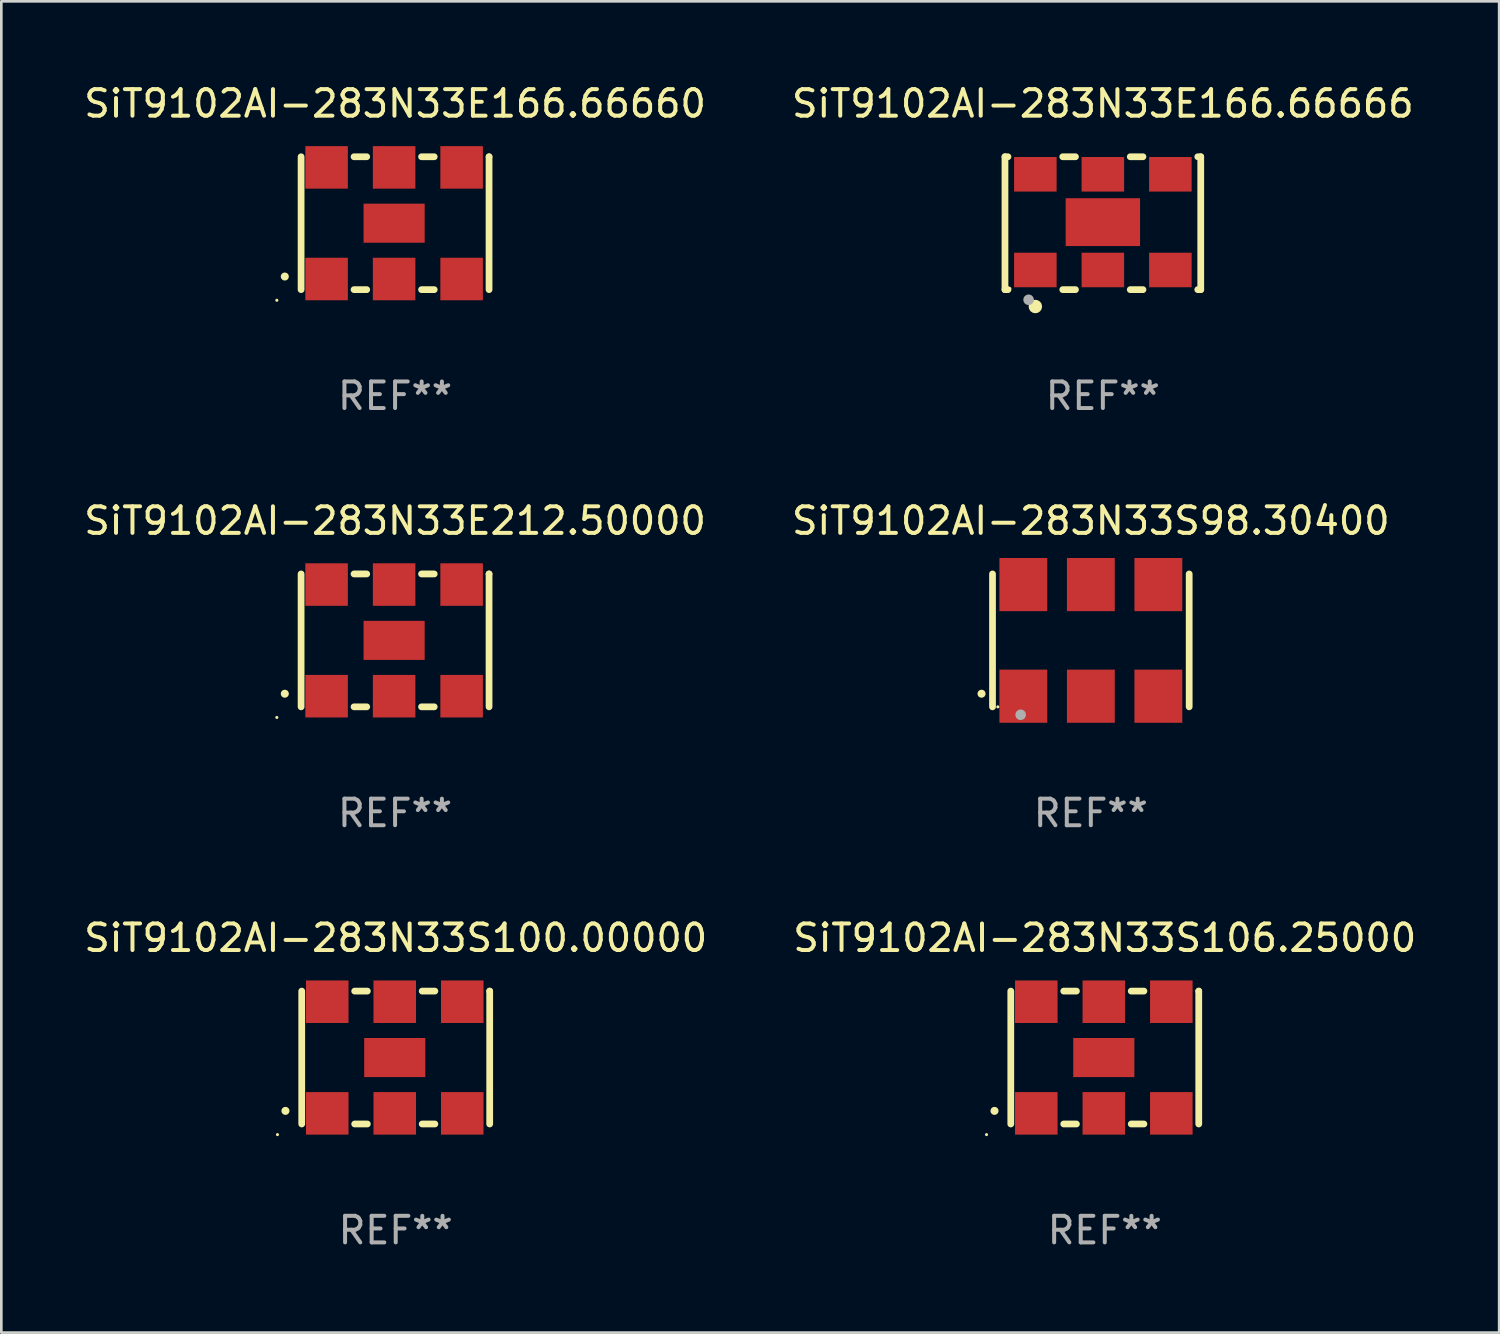
<source format=kicad_pcb>
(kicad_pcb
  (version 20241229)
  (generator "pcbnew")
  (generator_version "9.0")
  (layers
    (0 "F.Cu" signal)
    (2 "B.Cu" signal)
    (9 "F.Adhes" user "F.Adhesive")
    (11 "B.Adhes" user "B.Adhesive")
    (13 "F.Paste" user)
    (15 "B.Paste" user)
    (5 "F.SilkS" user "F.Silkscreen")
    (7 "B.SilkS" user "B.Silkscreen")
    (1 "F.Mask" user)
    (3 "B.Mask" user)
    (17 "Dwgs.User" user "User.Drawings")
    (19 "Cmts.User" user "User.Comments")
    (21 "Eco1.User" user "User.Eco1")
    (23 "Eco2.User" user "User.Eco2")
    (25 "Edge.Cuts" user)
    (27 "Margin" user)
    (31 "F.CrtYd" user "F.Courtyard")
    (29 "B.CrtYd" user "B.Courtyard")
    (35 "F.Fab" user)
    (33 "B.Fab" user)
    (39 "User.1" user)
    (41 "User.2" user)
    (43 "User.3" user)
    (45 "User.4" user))
  (footprint "SiT9102AI-283N33S98.30400"
    (layer "F.Cu")
    (at 37.994 21.045)
    (property "Reference" "SiT9102AI-283N33S98.30400" (at 0 -4.5 0) (layer "F.SilkS") (effects (font (size 1 1) (thickness 0.15))))
    (attr through_hole)
    (fp_line (start -3.7 -2.5) (end -3.7 2.5) (stroke (width 0.254) (type solid)) (layer "F.SilkS"))
    (fp_line (start 3.7 -2.5) (end 3.7 2.5) (stroke (width 0.254) (type solid)) (layer "F.SilkS"))
    (fp_arc (start -4.114415 2.006604) (mid -4.113145 2.006599) (end -4.111875 2.006604) (stroke (width 0.3) (type solid)) (layer "F.SilkS"))
    (fp_circle (center -3.5 2.501) (end -3.47 2.501) (stroke (width 0.06) (type solid)) (fill no) (layer "F.SilkS"))
    (fp_circle (center -2.641 2.799) (end -2.541 2.799) (stroke (width 0.2) (type solid)) (fill no) (layer "F.Fab"))
    (fp_text user "REF**" (at 0 6.5 0) (layer "F.Fab") (effects (font (size 1 1) (thickness 0.15))))
    (pad "1" smd rect (at -2.54 2.1) (size 1.8 2) (layers "F.Cu" "F.Mask" "F.Paste"))
    (pad "2" smd rect (at 0.000394 2.1) (size 1.8 2) (layers "F.Cu" "F.Mask" "F.Paste"))
    (pad "3" smd rect (at 2.54 2.1) (size 1.8 2) (layers "F.Cu" "F.Mask" "F.Paste"))
    (pad "4" smd rect (at 2.54 -2.1) (size 1.8 2) (layers "F.Cu" "F.Mask" "F.Paste"))
    (pad "5" smd rect (at 0.000394 -2.1) (size 1.8 2) (layers "F.Cu" "F.Mask" "F.Paste"))
    (pad "6" smd rect (at -2.54 -2.1) (size 1.8 2) (layers "F.Cu" "F.Mask" "F.Paste")))
  (footprint "SiT9102AI-283N33E166.66660"
    (layer "F.Cu")
    (at 11.815 5.348)
    (property "Reference" "SiT9102AI-283N33E166.66660" (at 0 -4.5 0) (layer "F.SilkS") (effects (font (size 1 1) (thickness 0.15))))
    (attr through_hole)
    (fp_line (start -3.536 -2.5) (end -3.536 2.5) (stroke (width 0.254) (type solid)) (layer "F.SilkS"))
    (fp_line (start -1.544 2.5) (end -1.067 2.5) (stroke (width 0.254) (type solid)) (layer "F.SilkS"))
    (fp_line (start -1.067 -2.5) (end -1.544 -2.5) (stroke (width 0.254) (type solid)) (layer "F.SilkS"))
    (fp_line (start 0.996 2.5) (end 1.473 2.5) (stroke (width 0.254) (type solid)) (layer "F.SilkS"))
    (fp_line (start 1.473 -2.5) (end 0.996 -2.5) (stroke (width 0.254) (type solid)) (layer "F.SilkS"))
    (fp_line (start 3.536 -2.5) (end 3.536 -2.5) (stroke (width 0.254) (type solid)) (layer "F.SilkS"))
    (fp_line (start 3.536 2.5) (end 3.536 -2.5) (stroke (width 0.254) (type solid)) (layer "F.SilkS"))
    (fp_arc (start -4.150432 2.006604) (mid -4.149162 2.006599) (end -4.147892 2.006604) (stroke (width 0.3) (type solid)) (layer "F.SilkS"))
    (fp_circle (center -4.449 2.9) (end -4.419 2.9) (stroke (width 0.06) (type solid)) (fill no) (layer "F.SilkS"))
    (fp_text user "REF**" (at 0 6.5 0) (layer "F.Fab") (effects (font (size 1 1) (thickness 0.15))))
    (pad "1" smd rect (at -2.576 2.1) (size 1.6 1.6) (layers "F.Cu" "F.Mask" "F.Paste"))
    (pad "2" smd rect (at -0.036 2.1) (size 1.6 1.6) (layers "F.Cu" "F.Mask" "F.Paste"))
    (pad "3" smd rect (at 2.504 2.1) (size 1.6 1.6) (layers "F.Cu" "F.Mask" "F.Paste"))
    (pad "4" smd rect (at 2.504 -2.1) (size 1.6 1.6) (layers "F.Cu" "F.Mask" "F.Paste"))
    (pad "5" smd rect (at -0.036 -2.1) (size 1.6 1.6) (layers "F.Cu" "F.Mask" "F.Paste"))
    (pad "6" smd rect (at -2.576 -2.1) (size 1.6 1.6) (layers "F.Cu" "F.Mask" "F.Paste"))
    (pad "7" smd rect (at -0.036 0) (size 2.3 1.47) (layers "F.Cu" "F.Mask" "F.Paste")))
  (footprint "SiT9102AI-283N33S106.25000"
    (layer "F.Cu")
    (at 38.518 36.741)
    (property "Reference" "SiT9102AI-283N33S106.25000" (at 0 -4.5 0) (layer "F.SilkS") (effects (font (size 1 1) (thickness 0.15))))
    (attr through_hole)
    (fp_line (start -3.536 -2.5) (end -3.536 2.5) (stroke (width 0.254) (type solid)) (layer "F.SilkS"))
    (fp_line (start -1.544 2.5) (end -1.067 2.5) (stroke (width 0.254) (type solid)) (layer "F.SilkS"))
    (fp_line (start -1.067 -2.5) (end -1.544 -2.5) (stroke (width 0.254) (type solid)) (layer "F.SilkS"))
    (fp_line (start 0.996 2.5) (end 1.473 2.5) (stroke (width 0.254) (type solid)) (layer "F.SilkS"))
    (fp_line (start 1.473 -2.5) (end 0.996 -2.5) (stroke (width 0.254) (type solid)) (layer "F.SilkS"))
    (fp_line (start 3.536 -2.5) (end 3.536 -2.5) (stroke (width 0.254) (type solid)) (layer "F.SilkS"))
    (fp_line (start 3.536 2.5) (end 3.536 -2.5) (stroke (width 0.254) (type solid)) (layer "F.SilkS"))
    (fp_arc (start -4.150432 2.006604) (mid -4.149162 2.006599) (end -4.147892 2.006604) (stroke (width 0.3) (type solid)) (layer "F.SilkS"))
    (fp_circle (center -4.449 2.9) (end -4.419 2.9) (stroke (width 0.06) (type solid)) (fill no) (layer "F.SilkS"))
    (fp_text user "REF**" (at 0 6.5 0) (layer "F.Fab") (effects (font (size 1 1) (thickness 0.15))))
    (pad "1" smd rect (at -2.576 2.1) (size 1.6 1.6) (layers "F.Cu" "F.Mask" "F.Paste"))
    (pad "2" smd rect (at -0.036 2.1) (size 1.6 1.6) (layers "F.Cu" "F.Mask" "F.Paste"))
    (pad "3" smd rect (at 2.504 2.1) (size 1.6 1.6) (layers "F.Cu" "F.Mask" "F.Paste"))
    (pad "4" smd rect (at 2.504 -2.1) (size 1.6 1.6) (layers "F.Cu" "F.Mask" "F.Paste"))
    (pad "5" smd rect (at -0.036 -2.1) (size 1.6 1.6) (layers "F.Cu" "F.Mask" "F.Paste"))
    (pad "6" smd rect (at -2.576 -2.1) (size 1.6 1.6) (layers "F.Cu" "F.Mask" "F.Paste"))
    (pad "7" smd rect (at -0.036 0) (size 2.3 1.47) (layers "F.Cu" "F.Mask" "F.Paste")))
  (footprint "SiT9102AI-283N33S100.00000"
    (layer "F.Cu")
    (at 11.839 36.741)
    (property "Reference" "SiT9102AI-283N33S100.00000" (at 0 -4.5 0) (layer "F.SilkS") (effects (font (size 1 1) (thickness 0.15))))
    (attr through_hole)
    (fp_line (start -3.536 -2.5) (end -3.536 2.5) (stroke (width 0.254) (type solid)) (layer "F.SilkS"))
    (fp_line (start -1.544 2.5) (end -1.067 2.5) (stroke (width 0.254) (type solid)) (layer "F.SilkS"))
    (fp_line (start -1.067 -2.5) (end -1.544 -2.5) (stroke (width 0.254) (type solid)) (layer "F.SilkS"))
    (fp_line (start 0.996 2.5) (end 1.473 2.5) (stroke (width 0.254) (type solid)) (layer "F.SilkS"))
    (fp_line (start 1.473 -2.5) (end 0.996 -2.5) (stroke (width 0.254) (type solid)) (layer "F.SilkS"))
    (fp_line (start 3.536 -2.5) (end 3.536 -2.5) (stroke (width 0.254) (type solid)) (layer "F.SilkS"))
    (fp_line (start 3.536 2.5) (end 3.536 -2.5) (stroke (width 0.254) (type solid)) (layer "F.SilkS"))
    (fp_arc (start -4.150432 2.006604) (mid -4.149162 2.006599) (end -4.147892 2.006604) (stroke (width 0.3) (type solid)) (layer "F.SilkS"))
    (fp_circle (center -4.449 2.9) (end -4.419 2.9) (stroke (width 0.06) (type solid)) (fill no) (layer "F.SilkS"))
    (fp_text user "REF**" (at 0 6.5 0) (layer "F.Fab") (effects (font (size 1 1) (thickness 0.15))))
    (pad "1" smd rect (at -2.576 2.1) (size 1.6 1.6) (layers "F.Cu" "F.Mask" "F.Paste"))
    (pad "2" smd rect (at -0.036 2.1) (size 1.6 1.6) (layers "F.Cu" "F.Mask" "F.Paste"))
    (pad "3" smd rect (at 2.504 2.1) (size 1.6 1.6) (layers "F.Cu" "F.Mask" "F.Paste"))
    (pad "4" smd rect (at 2.504 -2.1) (size 1.6 1.6) (layers "F.Cu" "F.Mask" "F.Paste"))
    (pad "5" smd rect (at -0.036 -2.1) (size 1.6 1.6) (layers "F.Cu" "F.Mask" "F.Paste"))
    (pad "6" smd rect (at -2.576 -2.1) (size 1.6 1.6) (layers "F.Cu" "F.Mask" "F.Paste"))
    (pad "7" smd rect (at -0.036 0) (size 2.3 1.47) (layers "F.Cu" "F.Mask" "F.Paste")))
  (footprint "SiT9102AI-283N33E166.66666"
    (layer "F.Cu")
    (at 38.446 5.348)
    (property "Reference" "SiT9102AI-283N33E166.66666" (at 0 -4.5 0) (layer "F.SilkS") (effects (font (size 1 1) (thickness 0.15))))
    (attr through_hole)
    (fp_line (start -3.683 -2.5) (end -3.571 -2.5) (stroke (width 0.254) (type solid)) (layer "F.SilkS"))
    (fp_line (start -3.683 2.5) (end -3.683 -2.5) (stroke (width 0.254) (type solid)) (layer "F.SilkS"))
    (fp_line (start -3.683 2.5) (end -3.571 2.5) (stroke (width 0.254) (type solid)) (layer "F.SilkS"))
    (fp_line (start -1.509 -2.5) (end -1.031 -2.5) (stroke (width 0.254) (type solid)) (layer "F.SilkS"))
    (fp_line (start -1.509 2.5) (end -1.031 2.5) (stroke (width 0.254) (type solid)) (layer "F.SilkS"))
    (fp_line (start 1.031 -2.5) (end 1.509 -2.5) (stroke (width 0.254) (type solid)) (layer "F.SilkS"))
    (fp_line (start 1.031 2.5) (end 1.509 2.5) (stroke (width 0.254) (type solid)) (layer "F.SilkS"))
    (fp_line (start 3.571 -2.5) (end 3.683 -2.5) (stroke (width 0.254) (type solid)) (layer "F.SilkS"))
    (fp_line (start 3.571 2.5) (end 3.683 2.5) (stroke (width 0.254) (type solid)) (layer "F.SilkS"))
    (fp_line (start 3.683 2.5) (end 3.683 -2.5) (stroke (width 0.254) (type solid)) (layer "F.SilkS"))
    (fp_circle (center -3.5 2.46) (end -3.47 2.46) (stroke (width 0.06) (type solid)) (fill no) (layer "F.SilkS"))
    (fp_circle (center -2.54 3.135) (end -2.413 3.135) (stroke (width 0.254) (type solid)) (fill no) (layer "F.SilkS"))
    (fp_circle (center -2.794 2.881) (end -2.694 2.881) (stroke (width 0.2) (type solid)) (fill no) (layer "F.Fab"))
    (fp_text user "REF**" (at 0 6.5 0) (layer "F.Fab") (effects (font (size 1 1) (thickness 0.15))))
    (pad "1" smd rect (at -2.54 1.76) (size 1.6 1.3) (layers "F.Cu" "F.Mask" "F.Paste"))
    (pad "2" smd rect (at 0 1.76) (size 1.6 1.3) (layers "F.Cu" "F.Mask" "F.Paste"))
    (pad "3" smd rect (at 2.54 1.76) (size 1.6 1.3) (layers "F.Cu" "F.Mask" "F.Paste"))
    (pad "4" smd rect (at 2.54 -1.84) (size 1.6 1.3) (layers "F.Cu" "F.Mask" "F.Paste"))
    (pad "5" smd rect (at 0 -1.84) (size 1.6 1.3) (layers "F.Cu" "F.Mask" "F.Paste"))
    (pad "6" smd rect (at -2.54 -1.84) (size 1.6 1.3) (layers "F.Cu" "F.Mask" "F.Paste"))
    (pad "7" smd rect (at 0 -0.04) (size 2.8 1.8) (layers "F.Cu" "F.Mask" "F.Paste")))
  (footprint "SiT9102AI-283N33E212.50000"
    (layer "F.Cu")
    (at 11.815 21.045)
    (property "Reference" "SiT9102AI-283N33E212.50000" (at 0 -4.5 0) (layer "F.SilkS") (effects (font (size 1 1) (thickness 0.15))))
    (attr through_hole)
    (fp_line (start -3.536 -2.5) (end -3.536 2.5) (stroke (width 0.254) (type solid)) (layer "F.SilkS"))
    (fp_line (start -1.544 2.5) (end -1.067 2.5) (stroke (width 0.254) (type solid)) (layer "F.SilkS"))
    (fp_line (start -1.067 -2.5) (end -1.544 -2.5) (stroke (width 0.254) (type solid)) (layer "F.SilkS"))
    (fp_line (start 0.996 2.5) (end 1.473 2.5) (stroke (width 0.254) (type solid)) (layer "F.SilkS"))
    (fp_line (start 1.473 -2.5) (end 0.996 -2.5) (stroke (width 0.254) (type solid)) (layer "F.SilkS"))
    (fp_line (start 3.536 -2.5) (end 3.536 -2.5) (stroke (width 0.254) (type solid)) (layer "F.SilkS"))
    (fp_line (start 3.536 2.5) (end 3.536 -2.5) (stroke (width 0.254) (type solid)) (layer "F.SilkS"))
    (fp_arc (start -4.150432 2.006604) (mid -4.149162 2.006599) (end -4.147892 2.006604) (stroke (width 0.3) (type solid)) (layer "F.SilkS"))
    (fp_circle (center -4.449 2.9) (end -4.419 2.9) (stroke (width 0.06) (type solid)) (fill no) (layer "F.SilkS"))
    (fp_text user "REF**" (at 0 6.5 0) (layer "F.Fab") (effects (font (size 1 1) (thickness 0.15))))
    (pad "1" smd rect (at -2.576 2.1) (size 1.6 1.6) (layers "F.Cu" "F.Mask" "F.Paste"))
    (pad "2" smd rect (at -0.036 2.1) (size 1.6 1.6) (layers "F.Cu" "F.Mask" "F.Paste"))
    (pad "3" smd rect (at 2.504 2.1) (size 1.6 1.6) (layers "F.Cu" "F.Mask" "F.Paste"))
    (pad "4" smd rect (at 2.504 -2.1) (size 1.6 1.6) (layers "F.Cu" "F.Mask" "F.Paste"))
    (pad "5" smd rect (at -0.036 -2.1) (size 1.6 1.6) (layers "F.Cu" "F.Mask" "F.Paste"))
    (pad "6" smd rect (at -2.576 -2.1) (size 1.6 1.6) (layers "F.Cu" "F.Mask" "F.Paste"))
    (pad "7" smd rect (at -0.036 0) (size 2.3 1.47) (layers "F.Cu" "F.Mask" "F.Paste")))
  (gr_rect
    (start -3 -3)
    (end 53.357 47.09)
    (stroke (width 0.1) (type default))
    (fill no)
    (layer "Edge.Cuts")))
</source>
